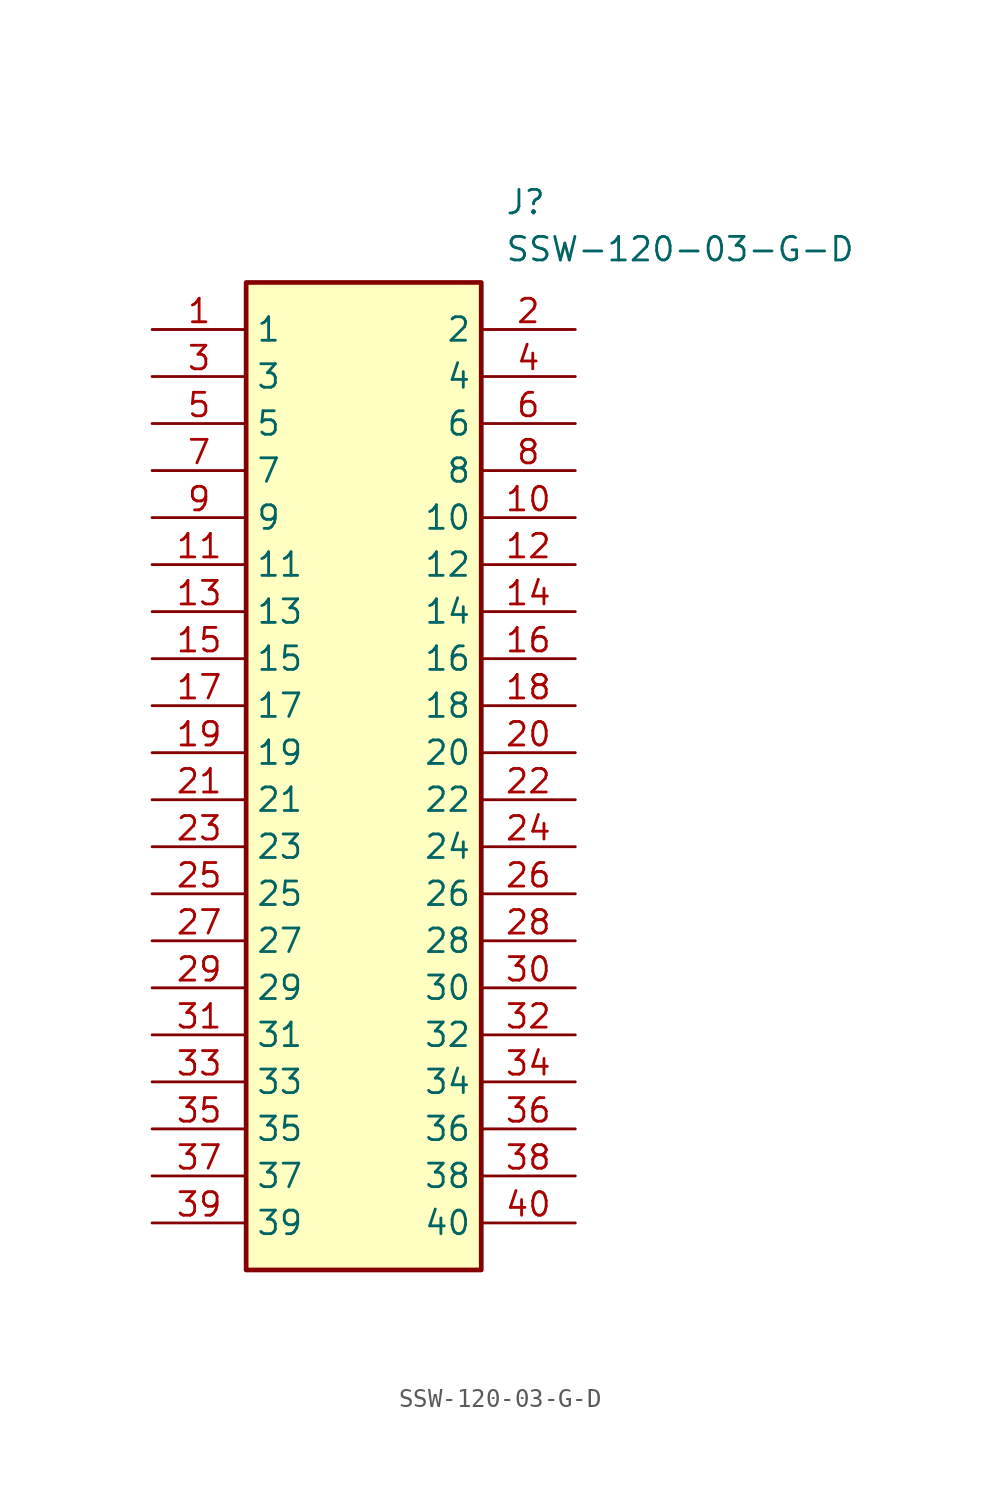
<source format=kicad_sym>
(kicad_symbol_lib
  (version 20211014)
  (generator SamacSys_ECAD_Model)
  (symbol "SSW-120-03-G-D"
    (property "Reference" "J"
      (at 19.05 7.62 0)
      (effects (font (size 1.27 1.27)) (justify left top)))
    (property "Value" "SSW-120-03-G-D"
      (at 19.05 5.08 0)
      (effects (font (size 1.27 1.27)) (justify left top)))
    (rectangle
      (start 5.08 2.54)
      (end 17.78 -50.8)
      (stroke (width 0.254) (type default))
      (fill (type background)))
    (pin passive line
      (at 0 0 0)
      (length 5.08)
      (name "1" (effects (font (size 1.27 1.27))))
      (number "1" (effects (font (size 1.27 1.27)))))
    (pin passive line
      (at 0 -2.54 0)
      (length 5.08)
      (name "3" (effects (font (size 1.27 1.27))))
      (number "3" (effects (font (size 1.27 1.27)))))
    (pin passive line
      (at 0 -5.08 0)
      (length 5.08)
      (name "5" (effects (font (size 1.27 1.27))))
      (number "5" (effects (font (size 1.27 1.27)))))
    (pin passive line
      (at 0 -7.62 0)
      (length 5.08)
      (name "7" (effects (font (size 1.27 1.27))))
      (number "7" (effects (font (size 1.27 1.27)))))
    (pin passive line
      (at 0 -10.16 0)
      (length 5.08)
      (name "9" (effects (font (size 1.27 1.27))))
      (number "9" (effects (font (size 1.27 1.27)))))
    (pin passive line
      (at 0 -12.7 0)
      (length 5.08)
      (name "11" (effects (font (size 1.27 1.27))))
      (number "11" (effects (font (size 1.27 1.27)))))
    (pin passive line
      (at 0 -15.24 0)
      (length 5.08)
      (name "13" (effects (font (size 1.27 1.27))))
      (number "13" (effects (font (size 1.27 1.27)))))
    (pin passive line
      (at 0 -17.78 0)
      (length 5.08)
      (name "15" (effects (font (size 1.27 1.27))))
      (number "15" (effects (font (size 1.27 1.27)))))
    (pin passive line
      (at 0 -20.32 0)
      (length 5.08)
      (name "17" (effects (font (size 1.27 1.27))))
      (number "17" (effects (font (size 1.27 1.27)))))
    (pin passive line
      (at 0 -22.86 0)
      (length 5.08)
      (name "19" (effects (font (size 1.27 1.27))))
      (number "19" (effects (font (size 1.27 1.27)))))
    (pin passive line
      (at 0 -25.4 0)
      (length 5.08)
      (name "21" (effects (font (size 1.27 1.27))))
      (number "21" (effects (font (size 1.27 1.27)))))
    (pin passive line
      (at 0 -27.94 0)
      (length 5.08)
      (name "23" (effects (font (size 1.27 1.27))))
      (number "23" (effects (font (size 1.27 1.27)))))
    (pin passive line
      (at 0 -30.48 0)
      (length 5.08)
      (name "25" (effects (font (size 1.27 1.27))))
      (number "25" (effects (font (size 1.27 1.27)))))
    (pin passive line
      (at 0 -33.02 0)
      (length 5.08)
      (name "27" (effects (font (size 1.27 1.27))))
      (number "27" (effects (font (size 1.27 1.27)))))
    (pin passive line
      (at 0 -35.56 0)
      (length 5.08)
      (name "29" (effects (font (size 1.27 1.27))))
      (number "29" (effects (font (size 1.27 1.27)))))
    (pin passive line
      (at 0 -38.1 0)
      (length 5.08)
      (name "31" (effects (font (size 1.27 1.27))))
      (number "31" (effects (font (size 1.27 1.27)))))
    (pin passive line
      (at 0 -40.64 0)
      (length 5.08)
      (name "33" (effects (font (size 1.27 1.27))))
      (number "33" (effects (font (size 1.27 1.27)))))
    (pin passive line
      (at 0 -43.18 0)
      (length 5.08)
      (name "35" (effects (font (size 1.27 1.27))))
      (number "35" (effects (font (size 1.27 1.27)))))
    (pin passive line
      (at 0 -45.72 0)
      (length 5.08)
      (name "37" (effects (font (size 1.27 1.27))))
      (number "37" (effects (font (size 1.27 1.27)))))
    (pin passive line
      (at 0 -48.26 0)
      (length 5.08)
      (name "39" (effects (font (size 1.27 1.27))))
      (number "39" (effects (font (size 1.27 1.27)))))
    (pin passive line
      (at 22.86 0 180)
      (length 5.08)
      (name "2" (effects (font (size 1.27 1.27))))
      (number "2" (effects (font (size 1.27 1.27)))))
    (pin passive line
      (at 22.86 -2.54 180)
      (length 5.08)
      (name "4" (effects (font (size 1.27 1.27))))
      (number "4" (effects (font (size 1.27 1.27)))))
    (pin passive line
      (at 22.86 -5.08 180)
      (length 5.08)
      (name "6" (effects (font (size 1.27 1.27))))
      (number "6" (effects (font (size 1.27 1.27)))))
    (pin passive line
      (at 22.86 -7.62 180)
      (length 5.08)
      (name "8" (effects (font (size 1.27 1.27))))
      (number "8" (effects (font (size 1.27 1.27)))))
    (pin passive line
      (at 22.86 -10.16 180)
      (length 5.08)
      (name "10" (effects (font (size 1.27 1.27))))
      (number "10" (effects (font (size 1.27 1.27)))))
    (pin passive line
      (at 22.86 -12.7 180)
      (length 5.08)
      (name "12" (effects (font (size 1.27 1.27))))
      (number "12" (effects (font (size 1.27 1.27)))))
    (pin passive line
      (at 22.86 -15.24 180)
      (length 5.08)
      (name "14" (effects (font (size 1.27 1.27))))
      (number "14" (effects (font (size 1.27 1.27)))))
    (pin passive line
      (at 22.86 -17.78 180)
      (length 5.08)
      (name "16" (effects (font (size 1.27 1.27))))
      (number "16" (effects (font (size 1.27 1.27)))))
    (pin passive line
      (at 22.86 -20.32 180)
      (length 5.08)
      (name "18" (effects (font (size 1.27 1.27))))
      (number "18" (effects (font (size 1.27 1.27)))))
    (pin passive line
      (at 22.86 -22.86 180)
      (length 5.08)
      (name "20" (effects (font (size 1.27 1.27))))
      (number "20" (effects (font (size 1.27 1.27)))))
    (pin passive line
      (at 22.86 -25.4 180)
      (length 5.08)
      (name "22" (effects (font (size 1.27 1.27))))
      (number "22" (effects (font (size 1.27 1.27)))))
    (pin passive line
      (at 22.86 -27.94 180)
      (length 5.08)
      (name "24" (effects (font (size 1.27 1.27))))
      (number "24" (effects (font (size 1.27 1.27)))))
    (pin passive line
      (at 22.86 -30.48 180)
      (length 5.08)
      (name "26" (effects (font (size 1.27 1.27))))
      (number "26" (effects (font (size 1.27 1.27)))))
    (pin passive line
      (at 22.86 -33.02 180)
      (length 5.08)
      (name "28" (effects (font (size 1.27 1.27))))
      (number "28" (effects (font (size 1.27 1.27)))))
    (pin passive line
      (at 22.86 -35.56 180)
      (length 5.08)
      (name "30" (effects (font (size 1.27 1.27))))
      (number "30" (effects (font (size 1.27 1.27)))))
    (pin passive line
      (at 22.86 -38.1 180)
      (length 5.08)
      (name "32" (effects (font (size 1.27 1.27))))
      (number "32" (effects (font (size 1.27 1.27)))))
    (pin passive line
      (at 22.86 -40.64 180)
      (length 5.08)
      (name "34" (effects (font (size 1.27 1.27))))
      (number "34" (effects (font (size 1.27 1.27)))))
    (pin passive line
      (at 22.86 -43.18 180)
      (length 5.08)
      (name "36" (effects (font (size 1.27 1.27))))
      (number "36" (effects (font (size 1.27 1.27)))))
    (pin passive line
      (at 22.86 -45.72 180)
      (length 5.08)
      (name "38" (effects (font (size 1.27 1.27))))
      (number "38" (effects (font (size 1.27 1.27)))))
    (pin passive line
      (at 22.86 -48.26 180)
      (length 5.08)
      (name "40" (effects (font (size 1.27 1.27))))
      (number "40" (effects (font (size 1.27 1.27)))))))
</source>
